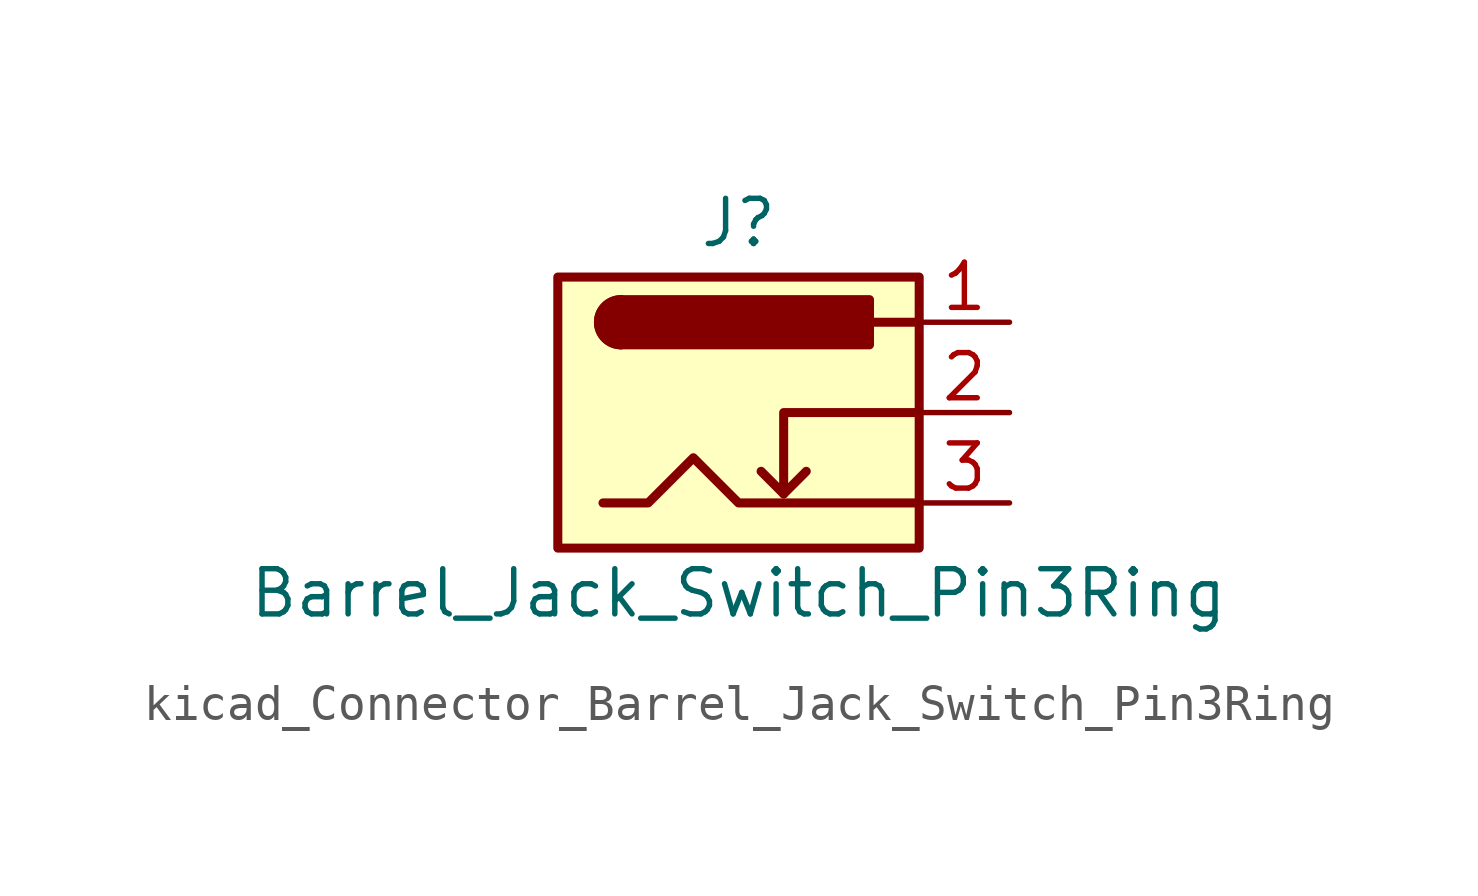
<source format=kicad_sym>
(kicad_symbol_lib
  (version 20220914)
  (generator kicad_symbol_editor)
  (symbol "kicad_Connector_Barrel_Jack_Switch_Pin3Ring"
    (pin_names hide)
    (property "Reference" "J"
      (at 0 5.334 0)
      (effects (font (size 1.27 1.27))))
    (property "Value" "Barrel_Jack_Switch_Pin3Ring"
      (at 0 -5.08 0)
      (effects (font (size 1.27 1.27))))
    (symbol "kicad_Connector_Barrel_Jack_Switch_Pin3Ring_0_1"
      (rectangle (start -5.08 3.81) (end 5.08 -3.81) (stroke (width 0.254) (type default)) (fill (type background)))
      (arc (start -3.302 3.175) (mid -3.9343 2.54) (end -3.302 1.905) (stroke (width 0.254) (type default)) (fill (type none)))
      (arc (start -3.302 3.175) (mid -3.9343 2.54) (end -3.302 1.905) (stroke (width 0.254) (type default)) (fill (type outline)))
      (polyline (pts (xy 1.27 -2.286) (xy 1.905 -1.651)) (stroke (width 0.254) (type default)) (fill (type none)))
      (polyline (pts (xy 5.08 2.54) (xy 3.81 2.54)) (stroke (width 0.254) (type default)) (fill (type none)))
      (polyline (pts (xy 5.08 0) (xy 1.27 0) (xy 1.27 -2.286) (xy 0.635 -1.651)) (stroke (width 0.254) (type default)) (fill (type none)))
      (polyline (pts (xy -3.81 -2.54) (xy -2.54 -2.54) (xy -1.27 -1.27) (xy 0 -2.54) (xy 2.54 -2.54) (xy 5.08 -2.54)) (stroke (width 0.254) (type default)) (fill (type none)))
      (rectangle (start 3.683 3.175) (end -3.302 1.905) (stroke (width 0.254) (type default)) (fill (type outline))))
    (symbol "kicad_Connector_Barrel_Jack_Switch_Pin3Ring_1_1"
      (pin passive line (at 7.62 2.54 180) (length 2.54) (name "~" (effects (font (size 1.27 1.27)))) (number "1" (effects (font (size 1.27 1.27)))))
      (pin passive line (at 7.62 0 180) (length 2.54) (name "~" (effects (font (size 1.27 1.27)))) (number "2" (effects (font (size 1.27 1.27)))))
      (pin passive line (at 7.62 -2.54 180) (length 2.54) (name "~" (effects (font (size 1.27 1.27)))) (number "3" (effects (font (size 1.27 1.27))))))))
</source>
